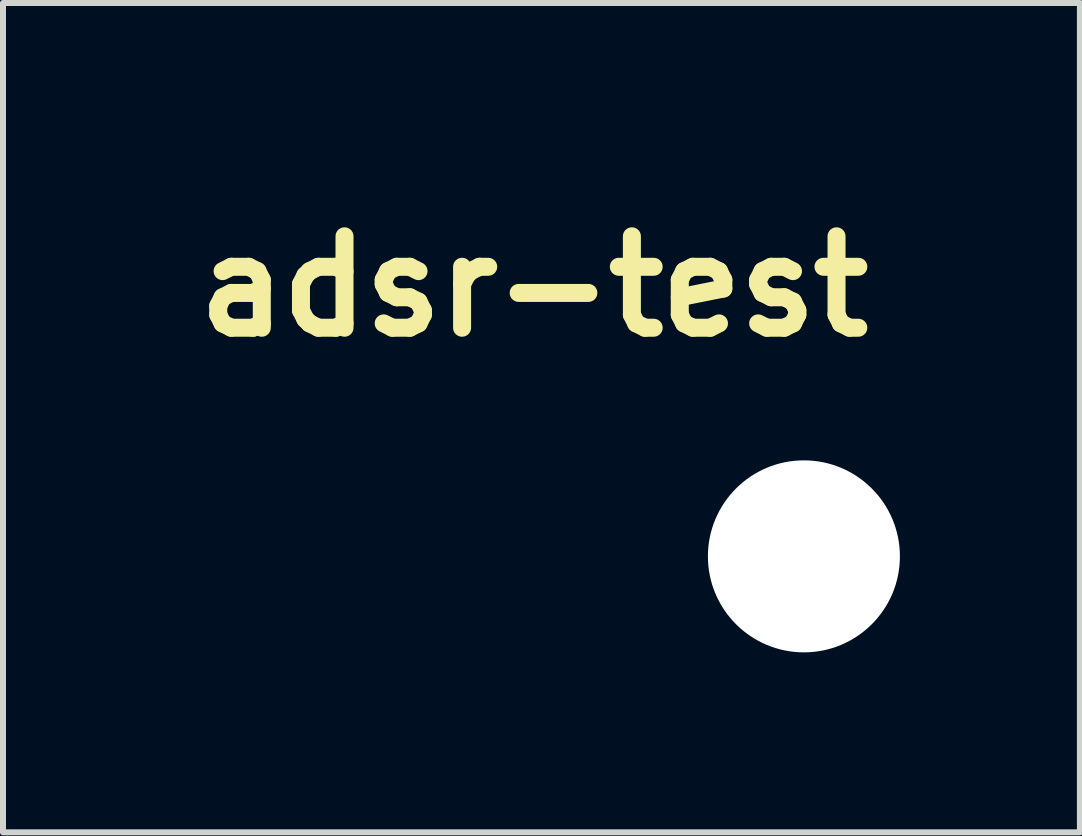
<source format=kicad_pcb>
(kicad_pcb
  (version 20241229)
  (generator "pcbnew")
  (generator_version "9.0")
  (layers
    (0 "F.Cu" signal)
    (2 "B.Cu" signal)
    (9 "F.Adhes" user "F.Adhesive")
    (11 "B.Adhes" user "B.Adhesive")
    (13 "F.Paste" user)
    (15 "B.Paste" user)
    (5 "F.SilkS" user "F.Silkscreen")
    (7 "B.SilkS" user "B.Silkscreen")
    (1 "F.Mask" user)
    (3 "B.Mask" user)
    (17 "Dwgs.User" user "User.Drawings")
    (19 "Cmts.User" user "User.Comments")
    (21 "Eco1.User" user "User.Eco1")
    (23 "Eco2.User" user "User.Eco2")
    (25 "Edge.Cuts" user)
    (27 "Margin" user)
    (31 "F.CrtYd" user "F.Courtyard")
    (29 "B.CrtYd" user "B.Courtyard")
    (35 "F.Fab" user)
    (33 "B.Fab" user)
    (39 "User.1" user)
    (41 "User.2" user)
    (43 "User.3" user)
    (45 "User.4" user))
  (footprint "adsr-test"
    (layer "F.Cu")
    (at 10.349 6.223)
    (property "Reference" "adsr-test" (at -4.5 -4.5 0) (layer "F.SilkS") (effects (font (size 1.524 1.524) (thickness 0.3))))
    (attr through_hole)
    (fp_poly (pts (xy -6.465 -6.21) (xy -6.415 -6.188) (xy -6.37 -6.154) (xy -6.334 -6.108) (xy -6.323 -6.087) (xy -6.303 -6.045) (xy -6.303 -2.955) (xy -6.323 -2.913) (xy -6.357 -2.86) (xy -6.403 -2.819) (xy -6.438 -2.799) (xy -6.445 -2.797) (xy -6.452 -2.794) (xy -6.461 -2.792) (xy -6.473 -2.79) (xy -6.488 -2.788) (xy -6.508 -2.787) (xy -6.534 -2.786) (xy -6.567 -2.785) (xy -6.607 -2.784) (xy -6.657 -2.783) (xy -6.717 -2.783) (xy -6.788 -2.783) (xy -6.871 -2.782) (xy -6.967 -2.782) (xy -7.077 -2.782) (xy -7.203 -2.782) (xy -7.272 -2.782) (xy -7.406 -2.782) (xy -7.524 -2.782) (xy -7.627 -2.782) (xy -7.717 -2.782) (xy -7.793 -2.783) (xy -7.859 -2.783) (xy -7.913 -2.784) (xy -7.958 -2.784) (xy -7.995 -2.785) (xy -8.024 -2.786) (xy -8.047 -2.787) (xy -8.064 -2.789) (xy -8.077 -2.791) (xy -8.087 -2.793) (xy -8.095 -2.795) (xy -8.102 -2.798) (xy -8.106 -2.799) (xy -8.158 -2.832) (xy -8.198 -2.875) (xy -8.226 -2.926) (xy -8.24 -2.983) (xy -8.241 -3.004) (xy -8.241 -3.01) (xy -8.24 -3.016) (xy -8.239 -3.024) (xy -8.236 -3.033) (xy -8.232 -3.045) (xy -8.227 -3.06) (xy -8.219 -3.078) (xy -8.209 -3.101) (xy -8.197 -3.128) (xy -8.182 -3.161) (xy -8.163 -3.201) (xy -8.141 -3.247) (xy -8.115 -3.3) (xy -8.084 -3.362) (xy -8.05 -3.432) (xy -8.01 -3.512) (xy -7.966 -3.602) (xy -7.916 -3.702) (xy -7.86 -3.813) (xy -7.799 -3.937) (xy -7.731 -4.073) (xy -7.656 -4.222) (xy -7.575 -4.385) (xy -7.486 -4.562) (xy -7.472 -4.591) (xy -7.376 -4.783) (xy -7.287 -4.96) (xy -7.205 -5.123) (xy -7.13 -5.272) (xy -7.062 -5.408) (xy -7 -5.531) (xy -6.945 -5.641) (xy -6.895 -5.739) (xy -6.851 -5.826) (xy -6.812 -5.901) (xy -6.779 -5.966) (xy -6.75 -6.02) (xy -6.727 -6.065) (xy -6.707 -6.1) (xy -6.693 -6.127) (xy -6.682 -6.145) (xy -6.675 -6.155) (xy -6.674 -6.156) (xy -6.626 -6.191) (xy -6.574 -6.212) (xy -6.519 -6.218) (xy -6.465 -6.21)) (stroke (width 0.01) (type solid)) (fill yes) (layer "F.Mask"))
    (fp_poly (pts (xy -2.392 -4.705) (xy -2.383 -4.701) (xy -2.374 -4.695) (xy -2.359 -4.684) (xy -2.339 -4.666) (xy -2.312 -4.641) (xy -2.278 -4.609) (xy -2.237 -4.57) (xy -2.187 -4.522) (xy -2.13 -4.466) (xy -2.063 -4.401) (xy -1.987 -4.326) (xy -1.901 -4.241) (xy -1.804 -4.146) (xy -1.697 -4.039) (xy -1.578 -3.921) (xy -1.568 -3.911) (xy -1.453 -3.796) (xy -1.349 -3.693) (xy -1.256 -3.6) (xy -1.173 -3.517) (xy -1.099 -3.443) (xy -1.035 -3.379) (xy -0.979 -3.322) (xy -0.931 -3.272) (xy -0.89 -3.23) (xy -0.856 -3.193) (xy -0.828 -3.162) (xy -0.805 -3.135) (xy -0.787 -3.113) (xy -0.774 -3.094) (xy -0.764 -3.078) (xy -0.758 -3.064) (xy -0.754 -3.051) (xy -0.751 -3.039) (xy -0.751 -3.027) (xy -0.751 -3.015) (xy -0.751 -3.002) (xy -0.759 -2.945) (xy -0.782 -2.892) (xy -0.818 -2.846) (xy -0.866 -2.81) (xy -0.886 -2.799) (xy -0.893 -2.797) (xy -0.9 -2.794) (xy -0.909 -2.792) (xy -0.92 -2.79) (xy -0.936 -2.788) (xy -0.956 -2.787) (xy -0.982 -2.786) (xy -1.014 -2.785) (xy -1.055 -2.784) (xy -1.105 -2.783) (xy -1.164 -2.783) (xy -1.235 -2.783) (xy -1.318 -2.782) (xy -1.415 -2.782) (xy -1.525 -2.782) (xy -1.651 -2.782) (xy -1.72 -2.782) (xy -1.854 -2.782) (xy -1.972 -2.782) (xy -2.075 -2.782) (xy -2.164 -2.782) (xy -2.241 -2.783) (xy -2.306 -2.783) (xy -2.361 -2.784) (xy -2.406 -2.784) (xy -2.442 -2.785) (xy -2.472 -2.786) (xy -2.494 -2.787) (xy -2.512 -2.789) (xy -2.525 -2.791) (xy -2.535 -2.793) (xy -2.543 -2.795) (xy -2.55 -2.798) (xy -2.553 -2.799) (xy -2.606 -2.832) (xy -2.648 -2.878) (xy -2.669 -2.913) (xy -2.689 -2.955) (xy -2.689 -3.746) (xy -2.689 -3.891) (xy -2.688 -4.02) (xy -2.688 -4.134) (xy -2.688 -4.232) (xy -2.687 -4.317) (xy -2.686 -4.388) (xy -2.685 -4.446) (xy -2.684 -4.493) (xy -2.683 -4.528) (xy -2.681 -4.552) (xy -2.679 -4.566) (xy -2.679 -4.569) (xy -2.661 -4.606) (xy -2.632 -4.643) (xy -2.596 -4.676) (xy -2.558 -4.7) (xy -2.503 -4.717) (xy -2.446 -4.719) (xy -2.392 -4.705)) (stroke (width 0.01) (type solid)) (fill yes) (layer "F.Mask"))
    (fp_poly (pts (xy -5.163 -6.214) (xy -5.11 -6.198) (xy -5.062 -6.168) (xy -5.042 -6.15) (xy -5.035 -6.14) (xy -5.024 -6.122) (xy -5.009 -6.095) (xy -4.99 -6.058) (xy -4.966 -6.011) (xy -4.938 -5.953) (xy -4.904 -5.883) (xy -4.864 -5.8) (xy -4.819 -5.705) (xy -4.767 -5.596) (xy -4.709 -5.472) (xy -4.685 -5.422) (xy -4.357 -4.724) (xy -4.02 -4.72) (xy -3.935 -4.719) (xy -3.866 -4.718) (xy -3.81 -4.717) (xy -3.766 -4.716) (xy -3.732 -4.714) (xy -3.707 -4.713) (xy -3.688 -4.71) (xy -3.674 -4.708) (xy -3.663 -4.704) (xy -3.654 -4.7) (xy -3.649 -4.698) (xy -3.6 -4.662) (xy -3.561 -4.615) (xy -3.544 -4.585) (xy -3.541 -4.578) (xy -3.539 -4.571) (xy -3.537 -4.562) (xy -3.535 -4.55) (xy -3.533 -4.535) (xy -3.532 -4.515) (xy -3.53 -4.489) (xy -3.529 -4.456) (xy -3.529 -4.416) (xy -3.528 -4.366) (xy -3.528 -4.306) (xy -3.527 -4.235) (xy -3.527 -4.152) (xy -3.527 -4.056) (xy -3.527 -3.945) (xy -3.527 -3.819) (xy -3.527 -3.751) (xy -3.527 -2.955) (xy -3.547 -2.913) (xy -3.581 -2.86) (xy -3.627 -2.819) (xy -3.662 -2.799) (xy -3.669 -2.796) (xy -3.676 -2.794) (xy -3.685 -2.792) (xy -3.697 -2.79) (xy -3.712 -2.788) (xy -3.733 -2.787) (xy -3.759 -2.786) (xy -3.792 -2.785) (xy -3.833 -2.784) (xy -3.884 -2.783) (xy -3.944 -2.783) (xy -4.016 -2.783) (xy -4.101 -2.783) (xy -4.198 -2.783) (xy -4.311 -2.783) (xy -4.439 -2.783) (xy -4.47 -2.783) (xy -4.584 -2.783) (xy -4.692 -2.783) (xy -4.795 -2.784) (xy -4.891 -2.784) (xy -4.978 -2.785) (xy -5.056 -2.785) (xy -5.124 -2.786) (xy -5.179 -2.787) (xy -5.222 -2.788) (xy -5.249 -2.789) (xy -5.262 -2.79) (xy -5.262 -2.79) (xy -5.316 -2.815) (xy -5.363 -2.853) (xy -5.4 -2.903) (xy -5.403 -2.909) (xy -5.404 -2.913) (xy -5.406 -2.918) (xy -5.408 -2.925) (xy -5.409 -2.934) (xy -5.411 -2.947) (xy -5.412 -2.964) (xy -5.413 -2.985) (xy -5.414 -3.012) (xy -5.415 -3.045) (xy -5.415 -3.085) (xy -5.416 -3.132) (xy -5.416 -3.188) (xy -5.417 -3.253) (xy -5.417 -3.328) (xy -5.418 -3.413) (xy -5.418 -3.51) (xy -5.418 -3.619) (xy -5.418 -3.74) (xy -5.418 -3.875) (xy -5.418 -4.025) (xy -5.418 -4.189) (xy -5.418 -4.369) (xy -5.418 -4.5) (xy -5.418 -6.062) (xy -5.4 -6.096) (xy -5.365 -6.145) (xy -5.321 -6.181) (xy -5.271 -6.205) (xy -5.218 -6.216) (xy -5.163 -6.214)) (stroke (width 0.01) (type solid)) (fill yes) (layer "F.Mask"))
    (fp_poly (pts (xy -6.465 -6.21) (xy -6.415 -6.188) (xy -6.37 -6.154) (xy -6.334 -6.108) (xy -6.323 -6.087) (xy -6.303 -6.045) (xy -6.303 -2.955) (xy -6.323 -2.913) (xy -6.357 -2.86) (xy -6.403 -2.819) (xy -6.438 -2.799) (xy -6.445 -2.797) (xy -6.452 -2.794) (xy -6.461 -2.792) (xy -6.473 -2.79) (xy -6.488 -2.788) (xy -6.508 -2.787) (xy -6.534 -2.786) (xy -6.567 -2.785) (xy -6.607 -2.784) (xy -6.657 -2.783) (xy -6.717 -2.783) (xy -6.788 -2.783) (xy -6.871 -2.782) (xy -6.967 -2.782) (xy -7.077 -2.782) (xy -7.203 -2.782) (xy -7.272 -2.782) (xy -7.406 -2.782) (xy -7.524 -2.782) (xy -7.627 -2.782) (xy -7.717 -2.782) (xy -7.793 -2.783) (xy -7.859 -2.783) (xy -7.913 -2.784) (xy -7.958 -2.784) (xy -7.995 -2.785) (xy -8.024 -2.786) (xy -8.047 -2.787) (xy -8.064 -2.789) (xy -8.077 -2.791) (xy -8.087 -2.793) (xy -8.095 -2.795) (xy -8.102 -2.798) (xy -8.106 -2.799) (xy -8.158 -2.832) (xy -8.198 -2.875) (xy -8.226 -2.926) (xy -8.24 -2.983) (xy -8.241 -3.004) (xy -8.241 -3.01) (xy -8.24 -3.016) (xy -8.239 -3.024) (xy -8.236 -3.033) (xy -8.232 -3.045) (xy -8.227 -3.06) (xy -8.219 -3.078) (xy -8.209 -3.101) (xy -8.197 -3.128) (xy -8.182 -3.161) (xy -8.163 -3.201) (xy -8.141 -3.247) (xy -8.115 -3.3) (xy -8.084 -3.362) (xy -8.05 -3.432) (xy -8.01 -3.512) (xy -7.966 -3.602) (xy -7.916 -3.702) (xy -7.86 -3.813) (xy -7.799 -3.937) (xy -7.731 -4.073) (xy -7.656 -4.222) (xy -7.575 -4.385) (xy -7.486 -4.562) (xy -7.472 -4.591) (xy -7.376 -4.783) (xy -7.287 -4.96) (xy -7.205 -5.123) (xy -7.13 -5.272) (xy -7.062 -5.408) (xy -7 -5.531) (xy -6.945 -5.641) (xy -6.895 -5.739) (xy -6.851 -5.826) (xy -6.812 -5.901) (xy -6.779 -5.966) (xy -6.75 -6.02) (xy -6.727 -6.065) (xy -6.707 -6.1) (xy -6.693 -6.127) (xy -6.682 -6.145) (xy -6.675 -6.155) (xy -6.674 -6.156) (xy -6.626 -6.191) (xy -6.574 -6.212) (xy -6.519 -6.218) (xy -6.465 -6.21)) (stroke (width 0.01) (type solid)) (fill yes) (layer "B.Mask"))
    (fp_poly (pts (xy -2.392 -4.705) (xy -2.383 -4.701) (xy -2.374 -4.695) (xy -2.359 -4.684) (xy -2.339 -4.666) (xy -2.312 -4.641) (xy -2.278 -4.609) (xy -2.237 -4.57) (xy -2.187 -4.522) (xy -2.13 -4.466) (xy -2.063 -4.401) (xy -1.987 -4.326) (xy -1.901 -4.241) (xy -1.804 -4.146) (xy -1.697 -4.039) (xy -1.578 -3.921) (xy -1.568 -3.911) (xy -1.453 -3.796) (xy -1.349 -3.693) (xy -1.256 -3.6) (xy -1.173 -3.517) (xy -1.099 -3.443) (xy -1.035 -3.379) (xy -0.979 -3.322) (xy -0.931 -3.272) (xy -0.89 -3.23) (xy -0.856 -3.193) (xy -0.828 -3.162) (xy -0.805 -3.135) (xy -0.787 -3.113) (xy -0.774 -3.094) (xy -0.764 -3.078) (xy -0.758 -3.064) (xy -0.754 -3.051) (xy -0.751 -3.039) (xy -0.751 -3.027) (xy -0.751 -3.015) (xy -0.751 -3.002) (xy -0.759 -2.945) (xy -0.782 -2.892) (xy -0.818 -2.846) (xy -0.866 -2.81) (xy -0.886 -2.799) (xy -0.893 -2.797) (xy -0.9 -2.794) (xy -0.909 -2.792) (xy -0.92 -2.79) (xy -0.936 -2.788) (xy -0.956 -2.787) (xy -0.982 -2.786) (xy -1.014 -2.785) (xy -1.055 -2.784) (xy -1.105 -2.783) (xy -1.164 -2.783) (xy -1.235 -2.783) (xy -1.318 -2.782) (xy -1.415 -2.782) (xy -1.525 -2.782) (xy -1.651 -2.782) (xy -1.72 -2.782) (xy -1.854 -2.782) (xy -1.972 -2.782) (xy -2.075 -2.782) (xy -2.164 -2.782) (xy -2.241 -2.783) (xy -2.306 -2.783) (xy -2.361 -2.784) (xy -2.406 -2.784) (xy -2.442 -2.785) (xy -2.472 -2.786) (xy -2.494 -2.787) (xy -2.512 -2.789) (xy -2.525 -2.791) (xy -2.535 -2.793) (xy -2.543 -2.795) (xy -2.55 -2.798) (xy -2.553 -2.799) (xy -2.606 -2.832) (xy -2.648 -2.878) (xy -2.669 -2.913) (xy -2.689 -2.955) (xy -2.689 -3.746) (xy -2.689 -3.891) (xy -2.688 -4.02) (xy -2.688 -4.134) (xy -2.688 -4.232) (xy -2.687 -4.317) (xy -2.686 -4.388) (xy -2.685 -4.446) (xy -2.684 -4.493) (xy -2.683 -4.528) (xy -2.681 -4.552) (xy -2.679 -4.566) (xy -2.679 -4.569) (xy -2.661 -4.606) (xy -2.632 -4.643) (xy -2.596 -4.676) (xy -2.558 -4.7) (xy -2.503 -4.717) (xy -2.446 -4.719) (xy -2.392 -4.705)) (stroke (width 0.01) (type solid)) (fill yes) (layer "B.Mask"))
    (fp_poly (pts (xy -5.163 -6.214) (xy -5.11 -6.198) (xy -5.062 -6.168) (xy -5.042 -6.15) (xy -5.035 -6.14) (xy -5.024 -6.122) (xy -5.009 -6.095) (xy -4.99 -6.058) (xy -4.966 -6.011) (xy -4.938 -5.953) (xy -4.904 -5.883) (xy -4.864 -5.8) (xy -4.819 -5.705) (xy -4.767 -5.596) (xy -4.709 -5.472) (xy -4.685 -5.422) (xy -4.357 -4.724) (xy -4.02 -4.72) (xy -3.935 -4.719) (xy -3.866 -4.718) (xy -3.81 -4.717) (xy -3.766 -4.716) (xy -3.732 -4.714) (xy -3.707 -4.713) (xy -3.688 -4.71) (xy -3.674 -4.708) (xy -3.663 -4.704) (xy -3.654 -4.7) (xy -3.649 -4.698) (xy -3.6 -4.662) (xy -3.561 -4.615) (xy -3.544 -4.585) (xy -3.541 -4.578) (xy -3.539 -4.571) (xy -3.537 -4.562) (xy -3.535 -4.55) (xy -3.533 -4.535) (xy -3.532 -4.515) (xy -3.53 -4.489) (xy -3.529 -4.456) (xy -3.529 -4.416) (xy -3.528 -4.366) (xy -3.528 -4.306) (xy -3.527 -4.235) (xy -3.527 -4.152) (xy -3.527 -4.056) (xy -3.527 -3.945) (xy -3.527 -3.819) (xy -3.527 -3.751) (xy -3.527 -2.955) (xy -3.547 -2.913) (xy -3.581 -2.86) (xy -3.627 -2.819) (xy -3.662 -2.799) (xy -3.669 -2.796) (xy -3.676 -2.794) (xy -3.685 -2.792) (xy -3.697 -2.79) (xy -3.712 -2.788) (xy -3.733 -2.787) (xy -3.759 -2.786) (xy -3.792 -2.785) (xy -3.833 -2.784) (xy -3.884 -2.783) (xy -3.944 -2.783) (xy -4.016 -2.783) (xy -4.101 -2.783) (xy -4.198 -2.783) (xy -4.311 -2.783) (xy -4.439 -2.783) (xy -4.47 -2.783) (xy -4.584 -2.783) (xy -4.692 -2.783) (xy -4.795 -2.784) (xy -4.891 -2.784) (xy -4.978 -2.785) (xy -5.056 -2.785) (xy -5.124 -2.786) (xy -5.179 -2.787) (xy -5.222 -2.788) (xy -5.249 -2.789) (xy -5.262 -2.79) (xy -5.262 -2.79) (xy -5.316 -2.815) (xy -5.363 -2.853) (xy -5.4 -2.903) (xy -5.403 -2.909) (xy -5.404 -2.913) (xy -5.406 -2.918) (xy -5.408 -2.925) (xy -5.409 -2.934) (xy -5.411 -2.947) (xy -5.412 -2.964) (xy -5.413 -2.985) (xy -5.414 -3.012) (xy -5.415 -3.045) (xy -5.415 -3.085) (xy -5.416 -3.132) (xy -5.416 -3.188) (xy -5.417 -3.253) (xy -5.417 -3.328) (xy -5.418 -3.413) (xy -5.418 -3.51) (xy -5.418 -3.619) (xy -5.418 -3.74) (xy -5.418 -3.875) (xy -5.418 -4.025) (xy -5.418 -4.189) (xy -5.418 -4.369) (xy -5.418 -4.5) (xy -5.418 -6.062) (xy -5.4 -6.096) (xy -5.365 -6.145) (xy -5.321 -6.181) (xy -5.271 -6.205) (xy -5.218 -6.216) (xy -5.163 -6.214)) (stroke (width 0.01) (type solid)) (fill yes) (layer "B.Mask"))
    (pad "" np_thru_hole circle (at 0 0) (size 3.2 3.2) (drill 3.2) (layers "*.Cu" "*.Mask")))
  (gr_rect
    (start -3 -3)
    (end 14.949 10.823)
    (stroke (width 0.1) (type default))
    (fill no)
    (layer "Edge.Cuts")))
</source>
